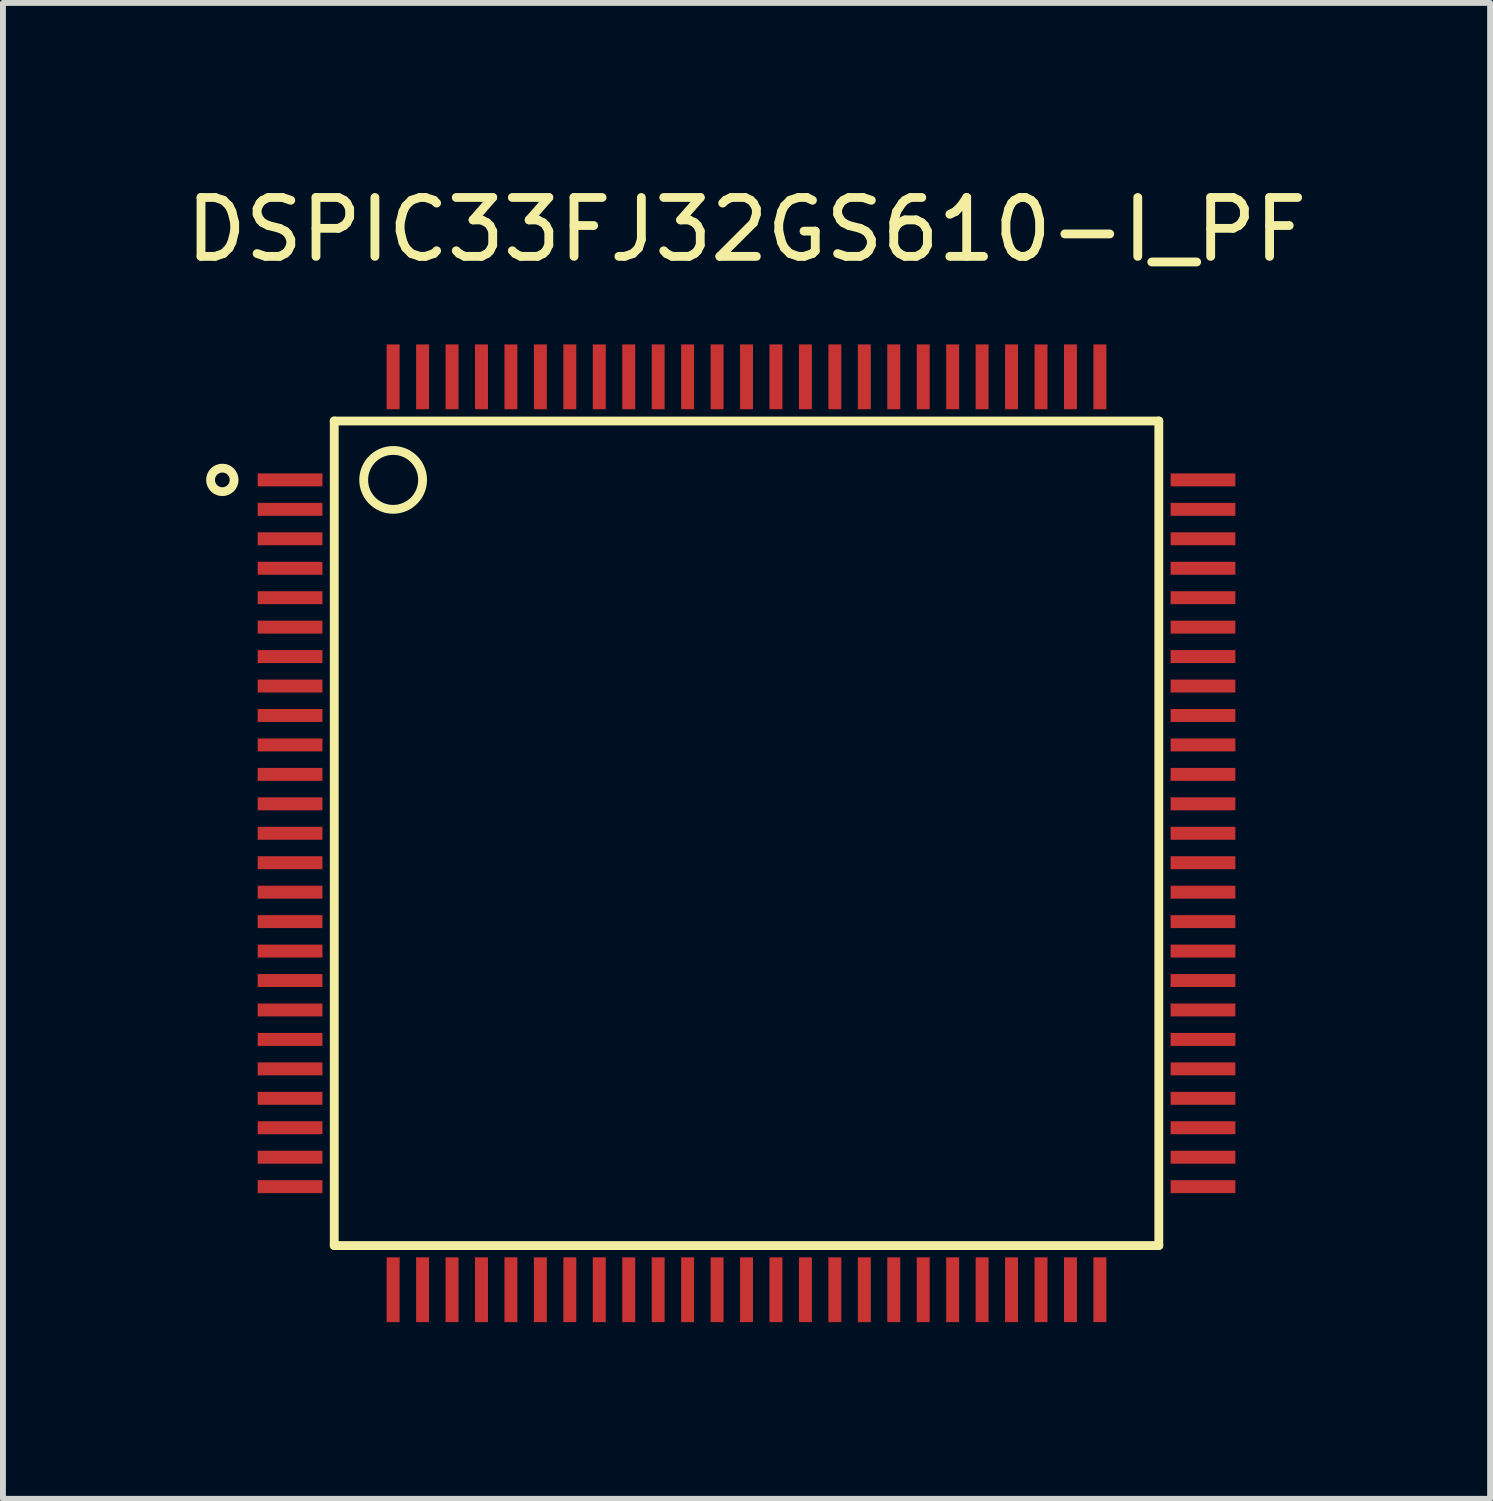
<source format=kicad_pcb>
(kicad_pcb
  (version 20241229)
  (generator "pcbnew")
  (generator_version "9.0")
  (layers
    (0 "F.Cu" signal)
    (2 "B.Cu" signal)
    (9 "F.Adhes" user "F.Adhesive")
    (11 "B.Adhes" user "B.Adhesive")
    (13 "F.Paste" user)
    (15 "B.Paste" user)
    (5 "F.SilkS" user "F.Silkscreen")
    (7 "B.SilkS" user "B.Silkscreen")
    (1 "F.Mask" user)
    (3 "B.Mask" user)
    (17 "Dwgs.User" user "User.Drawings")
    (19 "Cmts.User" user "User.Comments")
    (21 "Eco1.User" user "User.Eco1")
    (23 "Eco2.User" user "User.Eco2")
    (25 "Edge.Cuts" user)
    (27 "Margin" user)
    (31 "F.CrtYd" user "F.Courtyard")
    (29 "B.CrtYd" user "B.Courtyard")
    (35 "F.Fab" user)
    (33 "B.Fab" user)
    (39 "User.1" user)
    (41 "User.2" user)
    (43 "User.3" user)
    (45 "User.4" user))
  (footprint "DSPIC33FJ32GS610-I_PF"
    (layer "F.Cu")
    (at 1.875 3.348)
    (property "Reference" "DSPIC33FJ32GS610-I_PF" (at 7.75 -2.5 0) (layer "F.SilkS") (effects (font (size 1 1) (thickness 0.15))))
    (attr through_hole)
    (fp_line (start 0.75 0.75) (end 0.75 14.75) (stroke (width 0.15) (type solid)) (layer "F.SilkS"))
    (fp_line (start 0.75 0.75) (end 14.75 0.75) (stroke (width 0.15) (type solid)) (layer "F.SilkS"))
    (fp_line (start 0.75 14.75) (end 14.75 14.75) (stroke (width 0.15) (type solid)) (layer "F.SilkS"))
    (fp_line (start 14.75 14.75) (end 14.75 0.75) (stroke (width 0.15) (type solid)) (layer "F.SilkS"))
    (fp_circle (center -1.15 1.75) (end -1.15 1.55) (stroke (width 0.15) (type solid)) (fill no) (layer "F.SilkS"))
    (fp_circle (center 1.75 1.75) (end 1.75 1.25) (stroke (width 0.15) (type solid)) (fill no) (layer "F.SilkS"))
    (pad "1" smd rect (at 0 1.75) (size 1.1 0.22) (layers "F.Cu" "F.Mask" "F.Paste"))
    (pad "2" smd rect (at 0 2.25) (size 1.1 0.22) (layers "F.Cu" "F.Mask" "F.Paste"))
    (pad "3" smd rect (at 0 2.75) (size 1.1 0.22) (layers "F.Cu" "F.Mask" "F.Paste"))
    (pad "4" smd rect (at 0 3.25) (size 1.1 0.22) (layers "F.Cu" "F.Mask" "F.Paste"))
    (pad "5" smd rect (at 0 3.75) (size 1.1 0.22) (layers "F.Cu" "F.Mask" "F.Paste"))
    (pad "6" smd rect (at 0 4.25) (size 1.1 0.22) (layers "F.Cu" "F.Mask" "F.Paste"))
    (pad "7" smd rect (at 0 4.75) (size 1.1 0.22) (layers "F.Cu" "F.Mask" "F.Paste"))
    (pad "8" smd rect (at 0 5.25) (size 1.1 0.22) (layers "F.Cu" "F.Mask" "F.Paste"))
    (pad "9" smd rect (at 0 5.75) (size 1.1 0.22) (layers "F.Cu" "F.Mask" "F.Paste"))
    (pad "10" smd rect (at 0 6.25) (size 1.1 0.22) (layers "F.Cu" "F.Mask" "F.Paste"))
    (pad "11" smd rect (at 0 6.75) (size 1.1 0.22) (layers "F.Cu" "F.Mask" "F.Paste"))
    (pad "12" smd rect (at 0 7.25) (size 1.1 0.22) (layers "F.Cu" "F.Mask" "F.Paste"))
    (pad "13" smd rect (at 0 7.75) (size 1.1 0.22) (layers "F.Cu" "F.Mask" "F.Paste"))
    (pad "14" smd rect (at 0 8.25) (size 1.1 0.22) (layers "F.Cu" "F.Mask" "F.Paste"))
    (pad "15" smd rect (at 0 8.75) (size 1.1 0.22) (layers "F.Cu" "F.Mask" "F.Paste"))
    (pad "16" smd rect (at 0 9.25) (size 1.1 0.22) (layers "F.Cu" "F.Mask" "F.Paste"))
    (pad "17" smd rect (at 0 9.75) (size 1.1 0.22) (layers "F.Cu" "F.Mask" "F.Paste"))
    (pad "18" smd rect (at 0 10.25) (size 1.1 0.22) (layers "F.Cu" "F.Mask" "F.Paste"))
    (pad "19" smd rect (at 0 10.75) (size 1.1 0.22) (layers "F.Cu" "F.Mask" "F.Paste"))
    (pad "20" smd rect (at 0 11.25) (size 1.1 0.22) (layers "F.Cu" "F.Mask" "F.Paste"))
    (pad "21" smd rect (at 0 11.75) (size 1.1 0.22) (layers "F.Cu" "F.Mask" "F.Paste"))
    (pad "22" smd rect (at 0 12.25) (size 1.1 0.22) (layers "F.Cu" "F.Mask" "F.Paste"))
    (pad "23" smd rect (at 0 12.75) (size 1.1 0.22) (layers "F.Cu" "F.Mask" "F.Paste"))
    (pad "24" smd rect (at 0 13.25) (size 1.1 0.22) (layers "F.Cu" "F.Mask" "F.Paste"))
    (pad "25" smd rect (at 0 13.75) (size 1.1 0.22) (layers "F.Cu" "F.Mask" "F.Paste"))
    (pad "26" smd rect (at 1.75 15.5) (size 0.22 1.1) (layers "F.Cu" "F.Mask" "F.Paste"))
    (pad "27" smd rect (at 2.25 15.5) (size 0.22 1.1) (layers "F.Cu" "F.Mask" "F.Paste"))
    (pad "28" smd rect (at 2.75 15.5) (size 0.22 1.1) (layers "F.Cu" "F.Mask" "F.Paste"))
    (pad "29" smd rect (at 3.25 15.5) (size 0.22 1.1) (layers "F.Cu" "F.Mask" "F.Paste"))
    (pad "30" smd rect (at 3.75 15.5) (size 0.22 1.1) (layers "F.Cu" "F.Mask" "F.Paste"))
    (pad "31" smd rect (at 4.25 15.5) (size 0.22 1.1) (layers "F.Cu" "F.Mask" "F.Paste"))
    (pad "32" smd rect (at 4.75 15.5) (size 0.22 1.1) (layers "F.Cu" "F.Mask" "F.Paste"))
    (pad "33" smd rect (at 5.25 15.5) (size 0.22 1.1) (layers "F.Cu" "F.Mask" "F.Paste"))
    (pad "34" smd rect (at 5.75 15.5) (size 0.22 1.1) (layers "F.Cu" "F.Mask" "F.Paste"))
    (pad "35" smd rect (at 6.25 15.5) (size 0.22 1.1) (layers "F.Cu" "F.Mask" "F.Paste"))
    (pad "36" smd rect (at 6.75 15.5) (size 0.22 1.1) (layers "F.Cu" "F.Mask" "F.Paste"))
    (pad "37" smd rect (at 7.25 15.5) (size 0.22 1.1) (layers "F.Cu" "F.Mask" "F.Paste"))
    (pad "38" smd rect (at 7.75 15.5) (size 0.22 1.1) (layers "F.Cu" "F.Mask" "F.Paste"))
    (pad "39" smd rect (at 8.25 15.5) (size 0.22 1.1) (layers "F.Cu" "F.Mask" "F.Paste"))
    (pad "40" smd rect (at 8.75 15.5) (size 0.22 1.1) (layers "F.Cu" "F.Mask" "F.Paste"))
    (pad "41" smd rect (at 9.25 15.5) (size 0.22 1.1) (layers "F.Cu" "F.Mask" "F.Paste"))
    (pad "42" smd rect (at 9.75 15.5) (size 0.22 1.1) (layers "F.Cu" "F.Mask" "F.Paste"))
    (pad "43" smd rect (at 10.25 15.5) (size 0.22 1.1) (layers "F.Cu" "F.Mask" "F.Paste"))
    (pad "44" smd rect (at 10.75 15.5) (size 0.22 1.1) (layers "F.Cu" "F.Mask" "F.Paste"))
    (pad "45" smd rect (at 11.25 15.5) (size 0.22 1.1) (layers "F.Cu" "F.Mask" "F.Paste"))
    (pad "46" smd rect (at 11.75 15.5) (size 0.22 1.1) (layers "F.Cu" "F.Mask" "F.Paste"))
    (pad "47" smd rect (at 12.25 15.5) (size 0.22 1.1) (layers "F.Cu" "F.Mask" "F.Paste"))
    (pad "48" smd rect (at 12.75 15.5) (size 0.22 1.1) (layers "F.Cu" "F.Mask" "F.Paste"))
    (pad "49" smd rect (at 13.25 15.5) (size 0.22 1.1) (layers "F.Cu" "F.Mask" "F.Paste"))
    (pad "50" smd rect (at 13.75 15.5) (size 0.22 1.1) (layers "F.Cu" "F.Mask" "F.Paste"))
    (pad "51" smd rect (at 15.5 13.75) (size 1.1 0.22) (layers "F.Cu" "F.Mask" "F.Paste"))
    (pad "52" smd rect (at 15.5 13.25) (size 1.1 0.22) (layers "F.Cu" "F.Mask" "F.Paste"))
    (pad "53" smd rect (at 15.5 12.75) (size 1.1 0.22) (layers "F.Cu" "F.Mask" "F.Paste"))
    (pad "54" smd rect (at 15.5 12.25) (size 1.1 0.22) (layers "F.Cu" "F.Mask" "F.Paste"))
    (pad "55" smd rect (at 15.5 11.75) (size 1.1 0.22) (layers "F.Cu" "F.Mask" "F.Paste"))
    (pad "56" smd rect (at 15.5 11.25) (size 1.1 0.22) (layers "F.Cu" "F.Mask" "F.Paste"))
    (pad "57" smd rect (at 15.5 10.75) (size 1.1 0.22) (layers "F.Cu" "F.Mask" "F.Paste"))
    (pad "58" smd rect (at 15.5 10.25) (size 1.1 0.22) (layers "F.Cu" "F.Mask" "F.Paste"))
    (pad "59" smd rect (at 15.5 9.75) (size 1.1 0.22) (layers "F.Cu" "F.Mask" "F.Paste"))
    (pad "60" smd rect (at 15.5 9.25) (size 1.1 0.22) (layers "F.Cu" "F.Mask" "F.Paste"))
    (pad "61" smd rect (at 15.5 8.75) (size 1.1 0.22) (layers "F.Cu" "F.Mask" "F.Paste"))
    (pad "62" smd rect (at 15.5 8.25) (size 1.1 0.22) (layers "F.Cu" "F.Mask" "F.Paste"))
    (pad "63" smd rect (at 15.5 7.75) (size 1.1 0.22) (layers "F.Cu" "F.Mask" "F.Paste"))
    (pad "64" smd rect (at 15.5 7.25) (size 1.1 0.22) (layers "F.Cu" "F.Mask" "F.Paste"))
    (pad "65" smd rect (at 15.5 6.75) (size 1.1 0.22) (layers "F.Cu" "F.Mask" "F.Paste"))
    (pad "66" smd rect (at 15.5 6.25) (size 1.1 0.22) (layers "F.Cu" "F.Mask" "F.Paste"))
    (pad "67" smd rect (at 15.5 5.75) (size 1.1 0.22) (layers "F.Cu" "F.Mask" "F.Paste"))
    (pad "68" smd rect (at 15.5 5.25) (size 1.1 0.22) (layers "F.Cu" "F.Mask" "F.Paste"))
    (pad "69" smd rect (at 15.5 4.75) (size 1.1 0.22) (layers "F.Cu" "F.Mask" "F.Paste"))
    (pad "70" smd rect (at 15.5 4.25) (size 1.1 0.22) (layers "F.Cu" "F.Mask" "F.Paste"))
    (pad "71" smd rect (at 15.5 3.75) (size 1.1 0.22) (layers "F.Cu" "F.Mask" "F.Paste"))
    (pad "72" smd rect (at 15.5 3.25) (size 1.1 0.22) (layers "F.Cu" "F.Mask" "F.Paste"))
    (pad "73" smd rect (at 15.5 2.75) (size 1.1 0.22) (layers "F.Cu" "F.Mask" "F.Paste"))
    (pad "74" smd rect (at 15.5 2.25) (size 1.1 0.22) (layers "F.Cu" "F.Mask" "F.Paste"))
    (pad "75" smd rect (at 15.5 1.75) (size 1.1 0.22) (layers "F.Cu" "F.Mask" "F.Paste"))
    (pad "76" smd rect (at 13.75 0) (size 0.22 1.1) (layers "F.Cu" "F.Mask" "F.Paste"))
    (pad "77" smd rect (at 13.25 0) (size 0.22 1.1) (layers "F.Cu" "F.Mask" "F.Paste"))
    (pad "78" smd rect (at 12.75 0) (size 0.22 1.1) (layers "F.Cu" "F.Mask" "F.Paste"))
    (pad "79" smd rect (at 12.25 0) (size 0.22 1.1) (layers "F.Cu" "F.Mask" "F.Paste"))
    (pad "80" smd rect (at 11.75 0) (size 0.22 1.1) (layers "F.Cu" "F.Mask" "F.Paste"))
    (pad "81" smd rect (at 11.25 0) (size 0.22 1.1) (layers "F.Cu" "F.Mask" "F.Paste"))
    (pad "82" smd rect (at 10.75 0) (size 0.22 1.1) (layers "F.Cu" "F.Mask" "F.Paste"))
    (pad "83" smd rect (at 10.25 0) (size 0.22 1.1) (layers "F.Cu" "F.Mask" "F.Paste"))
    (pad "84" smd rect (at 9.75 0) (size 0.22 1.1) (layers "F.Cu" "F.Mask" "F.Paste"))
    (pad "85" smd rect (at 9.25 0) (size 0.22 1.1) (layers "F.Cu" "F.Mask" "F.Paste"))
    (pad "86" smd rect (at 8.75 0) (size 0.22 1.1) (layers "F.Cu" "F.Mask" "F.Paste"))
    (pad "87" smd rect (at 8.25 0) (size 0.22 1.1) (layers "F.Cu" "F.Mask" "F.Paste"))
    (pad "88" smd rect (at 7.75 0) (size 0.22 1.1) (layers "F.Cu" "F.Mask" "F.Paste"))
    (pad "89" smd rect (at 7.25 0) (size 0.22 1.1) (layers "F.Cu" "F.Mask" "F.Paste"))
    (pad "90" smd rect (at 6.75 0) (size 0.22 1.1) (layers "F.Cu" "F.Mask" "F.Paste"))
    (pad "91" smd rect (at 6.25 0) (size 0.22 1.1) (layers "F.Cu" "F.Mask" "F.Paste"))
    (pad "92" smd rect (at 5.75 0) (size 0.22 1.1) (layers "F.Cu" "F.Mask" "F.Paste"))
    (pad "93" smd rect (at 5.25 0) (size 0.22 1.1) (layers "F.Cu" "F.Mask" "F.Paste"))
    (pad "94" smd rect (at 4.75 0) (size 0.22 1.1) (layers "F.Cu" "F.Mask" "F.Paste"))
    (pad "95" smd rect (at 4.25 0) (size 0.22 1.1) (layers "F.Cu" "F.Mask" "F.Paste"))
    (pad "96" smd rect (at 3.75 0) (size 0.22 1.1) (layers "F.Cu" "F.Mask" "F.Paste"))
    (pad "97" smd rect (at 3.25 0) (size 0.22 1.1) (layers "F.Cu" "F.Mask" "F.Paste"))
    (pad "98" smd rect (at 2.75 0) (size 0.22 1.1) (layers "F.Cu" "F.Mask" "F.Paste"))
    (pad "99" smd rect (at 2.25 0) (size 0.22 1.1) (layers "F.Cu" "F.Mask" "F.Paste"))
    (pad "100" smd rect (at 1.75 0) (size 0.22 1.1) (layers "F.Cu" "F.Mask" "F.Paste")))
  (gr_rect
    (start -3 -3)
    (end 22.25 22.398)
    (stroke (width 0.1) (type default))
    (fill no)
    (layer "Edge.Cuts")))
</source>
